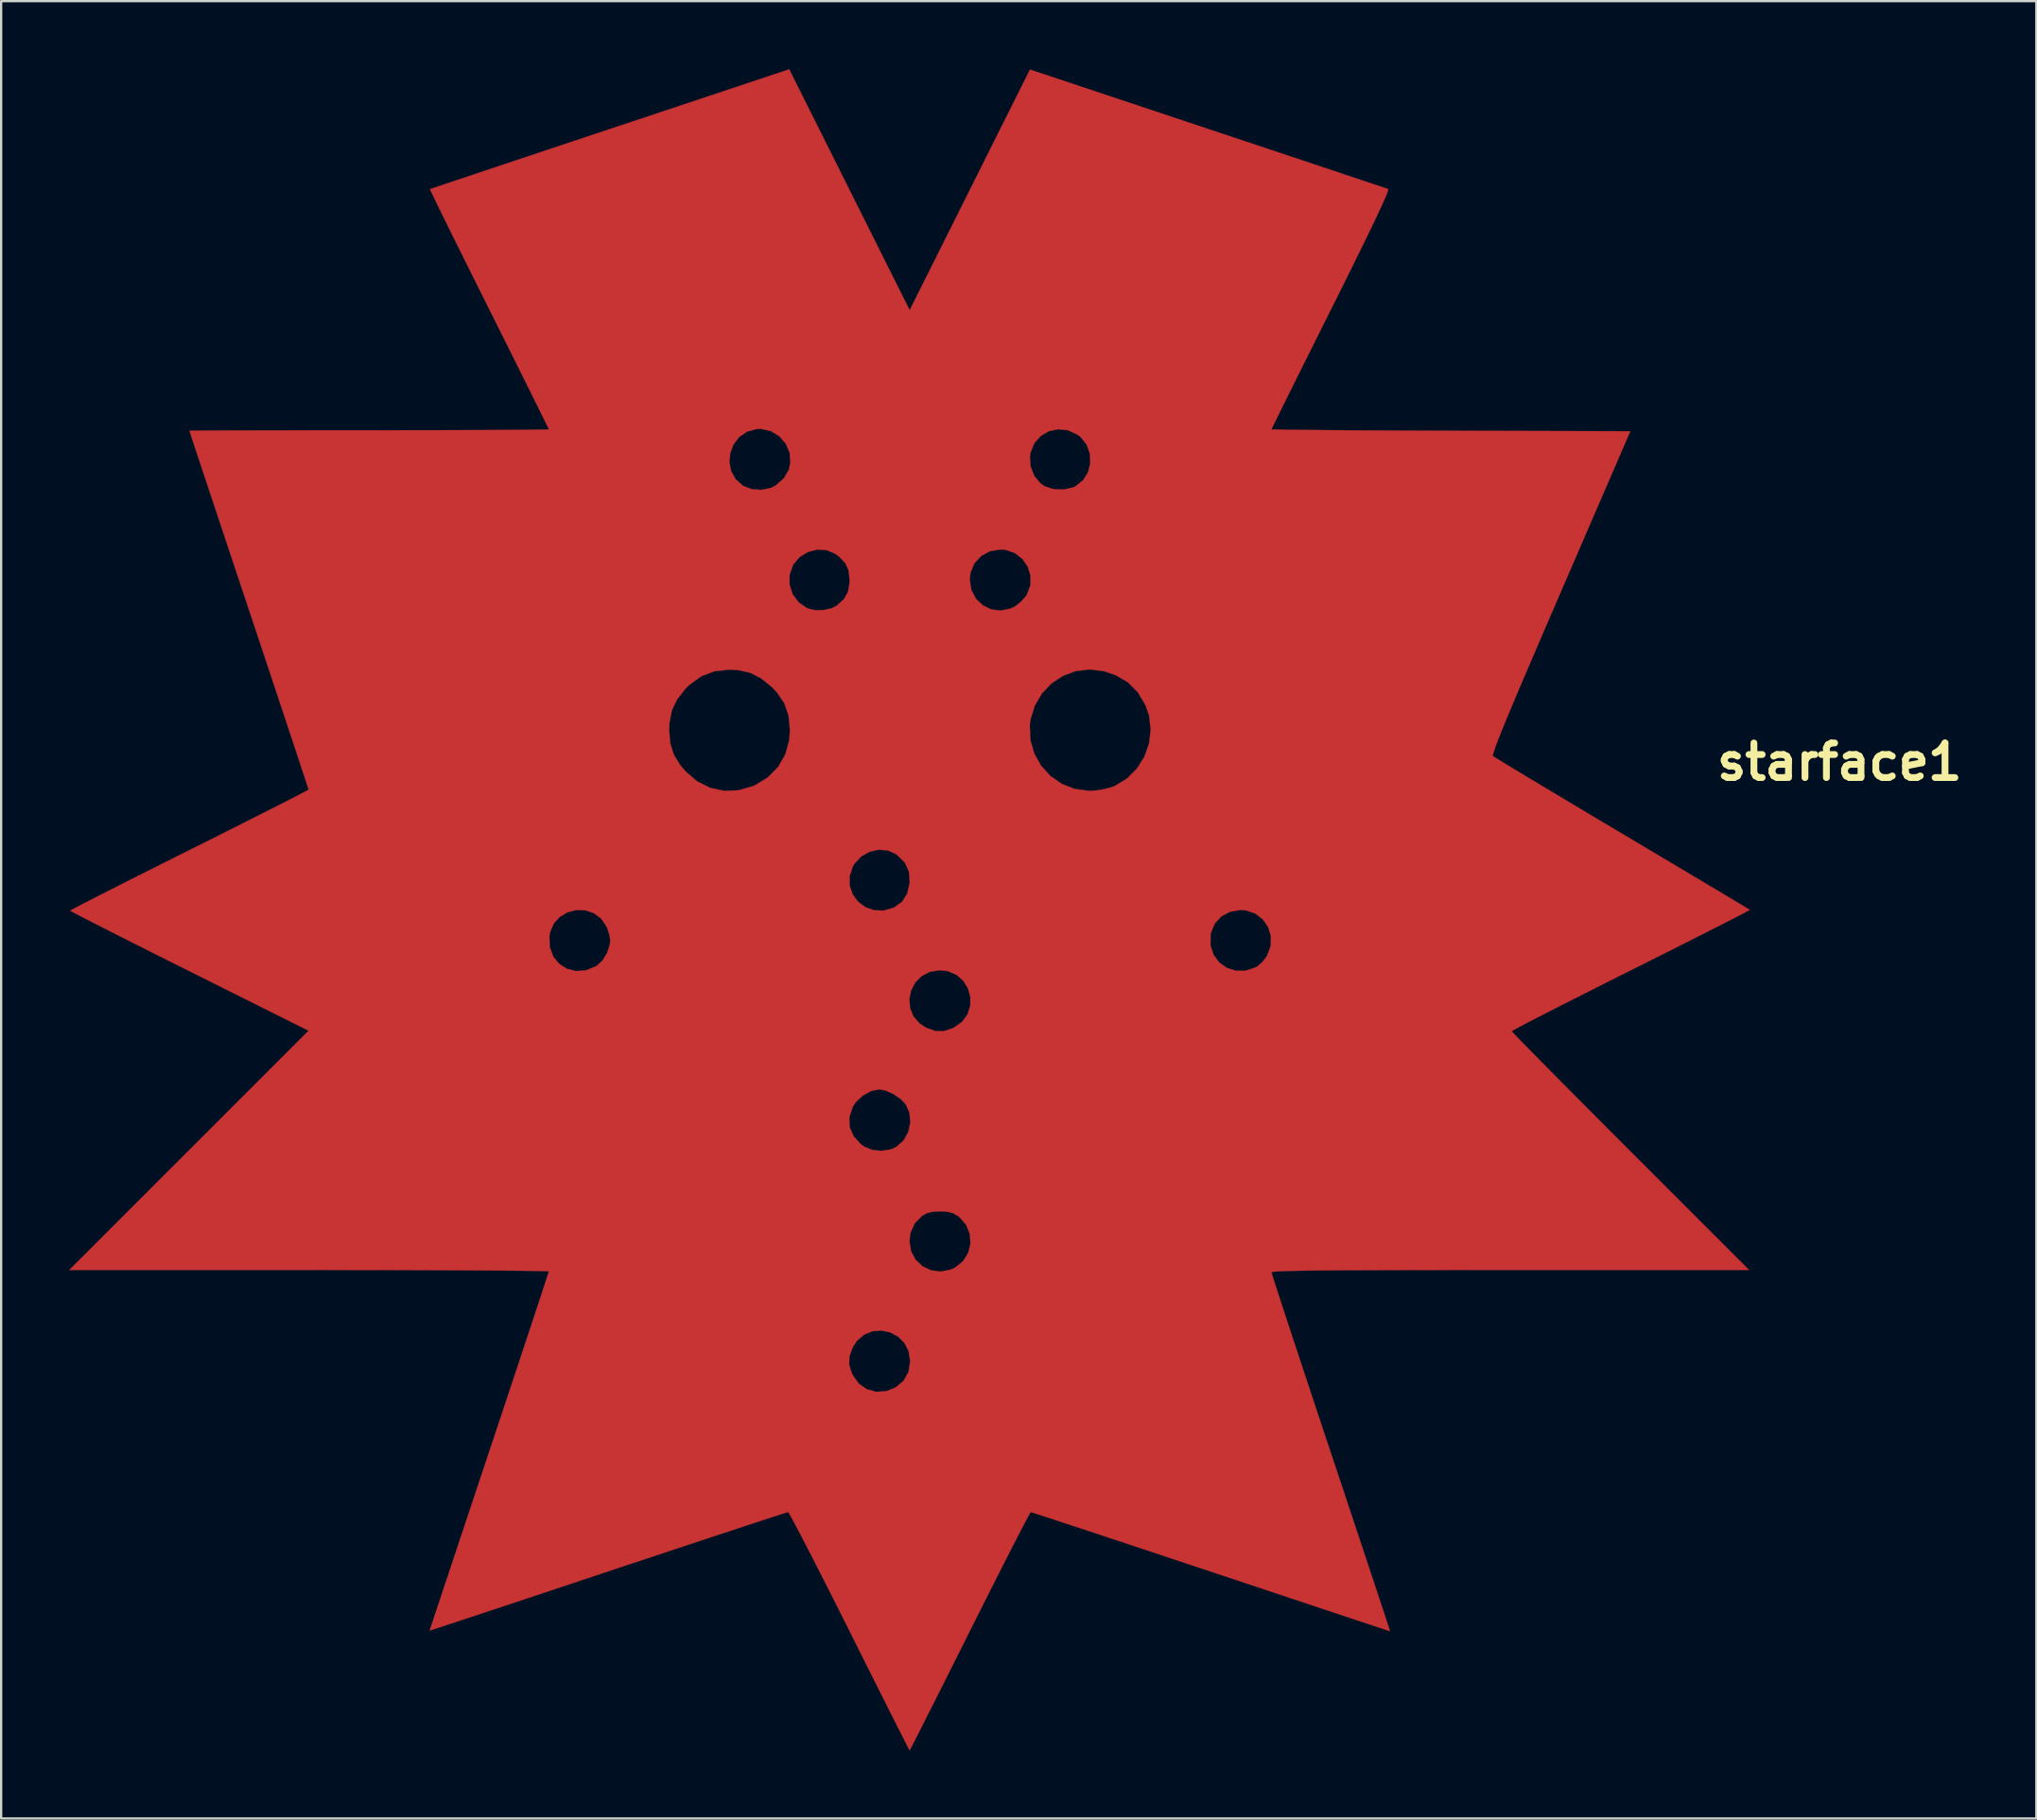
<source format=kicad_pcb>
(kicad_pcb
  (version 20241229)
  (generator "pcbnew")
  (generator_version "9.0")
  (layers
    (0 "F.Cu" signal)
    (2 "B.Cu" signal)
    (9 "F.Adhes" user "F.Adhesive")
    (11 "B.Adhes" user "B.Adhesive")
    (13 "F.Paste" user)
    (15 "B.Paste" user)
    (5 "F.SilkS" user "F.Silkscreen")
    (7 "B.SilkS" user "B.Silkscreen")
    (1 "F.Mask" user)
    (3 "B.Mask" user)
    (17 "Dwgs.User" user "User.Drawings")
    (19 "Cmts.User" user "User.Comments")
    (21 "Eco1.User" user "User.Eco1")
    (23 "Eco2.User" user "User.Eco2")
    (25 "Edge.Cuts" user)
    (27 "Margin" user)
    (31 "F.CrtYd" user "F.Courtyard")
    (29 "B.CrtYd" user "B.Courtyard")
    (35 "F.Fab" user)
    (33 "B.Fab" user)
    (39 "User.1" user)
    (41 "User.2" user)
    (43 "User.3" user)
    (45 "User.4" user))
  (footprint "starface1"
    (layer "F.Cu")
    (at 36.995 35.147)
    (property "Reference" "starface1" (at 40.996 -4.623 0) (layer "F.SilkS") (effects (font (size 1.524 1.524) (thickness 0.3))))
    (attr through_hole)
    (fp_poly (pts (xy 0.03 -24.528) (xy 5.33 -35.13) (xy 13.168 -32.517) (xy 14.278 -32.147) (xy 15.343 -31.792) (xy 16.352 -31.456) (xy 17.295 -31.141) (xy 18.159 -30.853) (xy 18.935 -30.594) (xy 19.61 -30.368) (xy 20.174 -30.179) (xy 20.616 -30.032) (xy 20.925 -29.928) (xy 21.089 -29.873) (xy 21.113 -29.864) (xy 21.101 -29.784) (xy 21.015 -29.563) (xy 20.854 -29.198) (xy 20.618 -28.69) (xy 20.305 -28.037) (xy 19.916 -27.238) (xy 19.449 -26.291) (xy 18.905 -25.196) (xy 18.594 -24.573) (xy 18.155 -23.695) (xy 17.74 -22.862) (xy 17.353 -22.086) (xy 17.001 -21.379) (xy 16.691 -20.754) (xy 16.428 -20.223) (xy 16.219 -19.799) (xy 16.069 -19.493) (xy 15.985 -19.317) (xy 15.968 -19.279) (xy 16.051 -19.273) (xy 16.291 -19.267) (xy 16.677 -19.26) (xy 17.198 -19.253) (xy 17.84 -19.247) (xy 18.594 -19.241) (xy 19.446 -19.235) (xy 20.386 -19.229) (xy 21.401 -19.224) (xy 22.479 -19.22) (xy 23.61 -19.216) (xy 23.872 -19.216) (xy 31.776 -19.194) (xy 28.7 -12.083) (xy 28.151 -10.811) (xy 27.667 -9.686) (xy 27.245 -8.701) (xy 26.881 -7.849) (xy 26.574 -7.121) (xy 26.319 -6.51) (xy 26.114 -6.009) (xy 25.956 -5.61) (xy 25.841 -5.305) (xy 25.766 -5.088) (xy 25.728 -4.95) (xy 25.724 -4.883) (xy 25.728 -4.877) (xy 25.816 -4.82) (xy 26.038 -4.683) (xy 26.383 -4.473) (xy 26.839 -4.197) (xy 27.395 -3.863) (xy 28.04 -3.476) (xy 28.762 -3.044) (xy 29.549 -2.573) (xy 30.391 -2.07) (xy 31.277 -1.543) (xy 31.42 -1.458) (xy 32.308 -0.929) (xy 33.154 -0.426) (xy 33.946 0.046) (xy 34.672 0.479) (xy 35.322 0.866) (xy 35.885 1.202) (xy 36.349 1.479) (xy 36.702 1.691) (xy 36.935 1.831) (xy 37.035 1.892) (xy 37.038 1.894) (xy 36.97 1.935) (xy 36.762 2.046) (xy 36.426 2.22) (xy 35.975 2.451) (xy 35.422 2.733) (xy 34.776 3.06) (xy 34.052 3.425) (xy 33.261 3.823) (xy 32.415 4.248) (xy 31.81 4.55) (xy 30.932 4.99) (xy 30.101 5.409) (xy 29.327 5.8) (xy 28.623 6.157) (xy 28.002 6.474) (xy 27.476 6.745) (xy 27.056 6.964) (xy 26.755 7.124) (xy 26.586 7.219) (xy 26.551 7.243) (xy 26.61 7.311) (xy 26.78 7.49) (xy 27.052 7.771) (xy 27.419 8.145) (xy 27.871 8.605) (xy 28.4 9.14) (xy 28.998 9.743) (xy 29.655 10.404) (xy 30.363 11.116) (xy 31.114 11.868) (xy 31.779 12.535) (xy 37.007 17.763) (xy 26.488 17.763) (xy 24.881 17.763) (xy 23.436 17.764) (xy 22.145 17.766) (xy 21.002 17.769) (xy 19.997 17.772) (xy 19.125 17.776) (xy 18.376 17.782) (xy 17.745 17.788) (xy 17.223 17.796) (xy 16.803 17.805) (xy 16.477 17.815) (xy 16.239 17.827) (xy 16.079 17.84) (xy 15.992 17.855) (xy 15.968 17.869) (xy 15.994 17.963) (xy 16.071 18.206) (xy 16.193 18.588) (xy 16.359 19.097) (xy 16.564 19.723) (xy 16.804 20.453) (xy 17.076 21.278) (xy 17.376 22.186) (xy 17.701 23.166) (xy 18.046 24.207) (xy 18.409 25.298) (xy 18.586 25.828) (xy 18.955 26.936) (xy 19.309 27.998) (xy 19.643 29.002) (xy 19.954 29.937) (xy 20.238 30.794) (xy 20.492 31.56) (xy 20.713 32.226) (xy 20.896 32.78) (xy 21.037 33.211) (xy 21.135 33.508) (xy 21.184 33.661) (xy 21.189 33.68) (xy 21.108 33.654) (xy 20.878 33.578) (xy 20.509 33.456) (xy 20.011 33.29) (xy 19.397 33.086) (xy 18.677 32.846) (xy 17.861 32.575) (xy 16.961 32.275) (xy 15.987 31.951) (xy 14.951 31.606) (xy 13.862 31.243) (xy 13.301 31.056) (xy 12.19 30.686) (xy 11.124 30.331) (xy 10.115 29.995) (xy 9.173 29.683) (xy 8.309 29.396) (xy 7.535 29.14) (xy 6.861 28.918) (xy 6.299 28.733) (xy 5.858 28.589) (xy 5.551 28.489) (xy 5.388 28.438) (xy 5.364 28.431) (xy 5.317 28.505) (xy 5.2 28.718) (xy 5.02 29.058) (xy 4.784 29.514) (xy 4.497 30.072) (xy 4.166 30.721) (xy 3.798 31.448) (xy 3.397 32.242) (xy 2.971 33.09) (xy 2.675 33.68) (xy 2.237 34.557) (xy 1.82 35.388) (xy 1.433 36.161) (xy 1.079 36.863) (xy 0.767 37.483) (xy 0.502 38.009) (xy 0.289 38.428) (xy 0.136 38.727) (xy 0.048 38.896) (xy 0.029 38.93) (xy -0.012 38.856) (xy -0.121 38.643) (xy -0.295 38.303) (xy -0.525 37.848) (xy -0.806 37.29) (xy -1.133 36.641) (xy -1.498 35.914) (xy -1.895 35.121) (xy -2.32 34.274) (xy -2.616 33.68) (xy -3.056 32.803) (xy -3.475 31.972) (xy -3.867 31.199) (xy -4.225 30.496) (xy -4.545 29.876) (xy -4.818 29.35) (xy -5.039 28.932) (xy -5.201 28.632) (xy -5.299 28.464) (xy -5.325 28.431) (xy -5.416 28.457) (xy -5.657 28.534) (xy -6.036 28.656) (xy -6.542 28.822) (xy -7.165 29.026) (xy -7.893 29.266) (xy -8.716 29.538) (xy -9.622 29.838) (xy -10.601 30.163) (xy -11.64 30.508) (xy -12.731 30.871) (xy -13.264 31.049) (xy -14.372 31.418) (xy -15.433 31.772) (xy -16.437 32.106) (xy -17.373 32.417) (xy -18.229 32.701) (xy -18.996 32.955) (xy -19.662 33.176) (xy -20.215 33.358) (xy -20.646 33.5) (xy -20.944 33.598) (xy -21.097 33.647) (xy -21.116 33.652) (xy -21.09 33.571) (xy -21.014 33.341) (xy -20.891 32.972) (xy -20.726 32.474) (xy -20.522 31.86) (xy -20.282 31.14) (xy -20.01 30.324) (xy -19.711 29.424) (xy -19.386 28.45) (xy -19.041 27.414) (xy -18.678 26.325) (xy -18.491 25.764) (xy -18.121 24.653) (xy -17.766 23.587) (xy -17.431 22.578) (xy -17.221 21.947) (xy -2.636 21.947) (xy -2.507 22.341) (xy -2.485 22.386) (xy -2.215 22.769) (xy -1.857 23.022) (xy -1.44 23.136) (xy -0.993 23.103) (xy -0.584 22.938) (xy -0.237 22.646) (xy -0.022 22.255) (xy 0.051 21.785) (xy -0.019 21.335) (xy -0.21 20.969) (xy -0.494 20.691) (xy -0.841 20.51) (xy -1.223 20.432) (xy -1.612 20.464) (xy -1.979 20.613) (xy -2.295 20.885) (xy -2.483 21.18) (xy -2.628 21.581) (xy -2.636 21.947) (xy -17.221 21.947) (xy -17.118 21.636) (xy -16.832 20.772) (xy -16.576 19.998) (xy -16.353 19.324) (xy -16.168 18.762) (xy -16.024 18.321) (xy -15.924 18.014) (xy -15.873 17.851) (xy -15.867 17.827) (xy -15.95 17.819) (xy -16.192 17.811) (xy -16.583 17.804) (xy -17.113 17.797) (xy -17.772 17.791) (xy -18.549 17.785) (xy -19.435 17.779) (xy -20.419 17.775) (xy -21.491 17.771) (xy -22.642 17.767) (xy -23.86 17.765) (xy -25.136 17.764) (xy -26.428 17.763) (xy -36.99 17.763) (xy -35.726 16.499) (xy 0.02 16.499) (xy 0.093 16.946) (xy 0.297 17.32) (xy 0.602 17.604) (xy 0.979 17.782) (xy 1.399 17.836) (xy 1.833 17.751) (xy 2.036 17.656) (xy 2.386 17.37) (xy 2.611 17.004) (xy 2.708 16.592) (xy 2.677 16.17) (xy 2.516 15.773) (xy 2.223 15.435) (xy 2.148 15.378) (xy 1.924 15.254) (xy 1.664 15.194) (xy 1.363 15.181) (xy 1.016 15.2) (xy 0.766 15.268) (xy 0.579 15.378) (xy 0.25 15.71) (xy 0.063 16.131) (xy 0.02 16.499) (xy -35.726 16.499) (xy -30.252 11.024) (xy -2.627 11.024) (xy -2.616 11.463) (xy -2.443 11.868) (xy -2.114 12.226) (xy -1.982 12.323) (xy -1.628 12.474) (xy -1.212 12.516) (xy -0.801 12.451) (xy -0.562 12.345) (xy -0.239 12.056) (xy -0.029 11.677) (xy 0.06 11.252) (xy 0.017 10.823) (xy -0.14 10.473) (xy -0.365 10.233) (xy -0.679 10.017) (xy -1.016 9.862) (xy -1.304 9.804) (xy -1.667 9.878) (xy -2.03 10.075) (xy -2.335 10.358) (xy -2.474 10.566) (xy -2.627 11.024) (xy -30.252 11.024) (xy -26.449 7.221) (xy -29.227 5.833) (xy 0.014 5.833) (xy 0.047 6.223) (xy 0.197 6.59) (xy 0.471 6.906) (xy 0.751 7.087) (xy 1.155 7.234) (xy 1.528 7.241) (xy 1.931 7.107) (xy 1.968 7.089) (xy 2.338 6.832) (xy 2.579 6.502) (xy 2.699 6.127) (xy 2.703 5.737) (xy 2.6 5.36) (xy 2.396 5.025) (xy 2.097 4.761) (xy 1.711 4.596) (xy 1.363 4.555) (xy 0.915 4.625) (xy 0.549 4.817) (xy 0.272 5.101) (xy 0.091 5.45) (xy 0.014 5.833) (xy -29.227 5.833) (xy -31.699 4.597) (xy -32.576 4.159) (xy -33.407 3.742) (xy -34.18 3.352) (xy -34.771 3.054) (xy -15.843 3.054) (xy -15.826 3.538) (xy -15.673 3.95) (xy -15.412 4.274) (xy -15.066 4.494) (xy -14.661 4.595) (xy -14.222 4.56) (xy -13.775 4.374) (xy -13.761 4.366) (xy -13.501 4.124) (xy -13.294 3.783) (xy -13.191 3.459) (xy 13.282 3.459) (xy 13.417 3.874) (xy 13.665 4.211) (xy 14 4.452) (xy 14.397 4.581) (xy 14.83 4.579) (xy 15.274 4.428) (xy 15.333 4.396) (xy 15.537 4.227) (xy 15.732 3.987) (xy 15.776 3.915) (xy 15.934 3.486) (xy 15.944 3.056) (xy 15.823 2.655) (xy 15.587 2.312) (xy 15.254 2.056) (xy 14.841 1.916) (xy 14.619 1.899) (xy 14.152 1.975) (xy 13.759 2.184) (xy 13.465 2.506) (xy 13.297 2.92) (xy 13.286 2.983) (xy 13.282 3.459) (xy -13.191 3.459) (xy -13.176 3.409) (xy -13.161 3.243) (xy -13.197 3.003) (xy -13.286 2.719) (xy -13.318 2.642) (xy -13.563 2.278) (xy -13.888 2.038) (xy -14.262 1.914) (xy -14.657 1.904) (xy -15.04 2.001) (xy -15.381 2.201) (xy -15.649 2.498) (xy -15.815 2.889) (xy -15.843 3.054) (xy -34.771 3.054) (xy -34.882 2.997) (xy -35.503 2.683) (xy -36.028 2.415) (xy -36.447 2.2) (xy -36.747 2.043) (xy -36.915 1.952) (xy -36.949 1.93) (xy -36.875 1.886) (xy -36.662 1.773) (xy -36.321 1.596) (xy -35.866 1.363) (xy -35.308 1.079) (xy -34.659 0.75) (xy -34.001 0.418) (xy -2.617 0.418) (xy -2.612 0.836) (xy -2.481 1.216) (xy -2.245 1.536) (xy -1.924 1.776) (xy -1.54 1.913) (xy -1.114 1.928) (xy -0.669 1.798) (xy -0.659 1.793) (xy -0.305 1.54) (xy -0.076 1.176) (xy 0.03 0.698) (xy 0.033 0.666) (xy -0.001 0.208) (xy -0.178 -0.178) (xy -0.512 -0.516) (xy -0.553 -0.548) (xy -0.921 -0.722) (xy -1.329 -0.758) (xy -1.737 -0.665) (xy -2.108 -0.455) (xy -2.402 -0.138) (xy -2.474 -0.017) (xy -2.617 0.418) (xy -34.001 0.418) (xy -33.932 0.383) (xy -33.138 -0.016) (xy -32.291 -0.441) (xy -31.699 -0.737) (xy -30.822 -1.175) (xy -29.991 -1.593) (xy -29.218 -1.982) (xy -28.516 -2.337) (xy -27.896 -2.651) (xy -27.37 -2.919) (xy -26.951 -3.134) (xy -26.652 -3.291) (xy -26.483 -3.382) (xy -26.45 -3.404) (xy -26.476 -3.488) (xy -26.552 -3.723) (xy -26.675 -4.096) (xy -26.84 -4.597) (xy -27.044 -5.215) (xy -27.284 -5.938) (xy -27.314 -6.028) (xy -10.567 -6.028) (xy -10.518 -5.442) (xy -10.36 -4.94) (xy -10.071 -4.472) (xy -9.846 -4.208) (xy -9.334 -3.768) (xy -8.758 -3.48) (xy -8.14 -3.347) (xy -7.499 -3.374) (xy -6.856 -3.564) (xy -6.788 -3.594) (xy -6.214 -3.943) (xy -5.763 -4.403) (xy -5.447 -4.956) (xy -5.275 -5.589) (xy -5.244 -6.028) (xy -5.264 -6.234) (xy 5.321 -6.234) (xy 5.347 -5.588) (xy 5.52 -4.988) (xy 5.821 -4.453) (xy 6.231 -4.003) (xy 6.731 -3.656) (xy 7.303 -3.431) (xy 7.928 -3.348) (xy 8.16 -3.356) (xy 8.518 -3.407) (xy 8.872 -3.493) (xy 9.059 -3.56) (xy 9.602 -3.887) (xy 10.042 -4.328) (xy 10.371 -4.854) (xy 10.576 -5.438) (xy 10.648 -6.053) (xy 10.577 -6.67) (xy 10.416 -7.129) (xy 10.077 -7.697) (xy 9.643 -8.133) (xy 9.099 -8.449) (xy 8.589 -8.621) (xy 7.958 -8.701) (xy 7.348 -8.627) (xy 6.781 -8.416) (xy 6.276 -8.082) (xy 5.856 -7.641) (xy 5.542 -7.108) (xy 5.355 -6.5) (xy 5.321 -6.234) (xy -5.264 -6.234) (xy -5.305 -6.666) (xy -5.494 -7.211) (xy -5.825 -7.697) (xy -6.057 -7.936) (xy -6.526 -8.314) (xy -6.995 -8.551) (xy -7.513 -8.668) (xy -7.908 -8.69) (xy -8.567 -8.62) (xy -9.151 -8.398) (xy -9.673 -8.021) (xy -9.854 -7.841) (xy -10.224 -7.367) (xy -10.45 -6.885) (xy -10.554 -6.342) (xy -10.567 -6.028) (xy -27.314 -6.028) (xy -27.556 -6.757) (xy -27.856 -7.66) (xy -28.181 -8.636) (xy -28.526 -9.674) (xy -28.889 -10.763) (xy -29.075 -11.32) (xy -29.445 -12.43) (xy -29.445 -12.431) (xy -5.262 -12.431) (xy -5.126 -12.012) (xy -4.86 -11.654) (xy -4.479 -11.392) (xy -4.162 -11.313) (xy -3.786 -11.313) (xy -3.426 -11.387) (xy -3.187 -11.504) (xy -2.866 -11.798) (xy -2.686 -12.118) (xy -2.619 -12.518) (xy -2.616 -12.632) (xy -2.618 -12.651) (xy 2.675 -12.651) (xy 2.749 -12.192) (xy 2.951 -11.81) (xy 3.253 -11.522) (xy 3.627 -11.343) (xy 4.045 -11.291) (xy 4.478 -11.383) (xy 4.663 -11.471) (xy 4.926 -11.673) (xy 5.155 -11.935) (xy 5.196 -11.999) (xy 5.349 -12.412) (xy 5.354 -12.832) (xy 5.23 -13.229) (xy 4.994 -13.57) (xy 4.664 -13.827) (xy 4.258 -13.968) (xy 4.039 -13.986) (xy 3.569 -13.909) (xy 3.176 -13.698) (xy 2.881 -13.375) (xy 2.71 -12.963) (xy 2.675 -12.651) (xy -2.618 -12.651) (xy -2.66 -13.057) (xy -2.808 -13.389) (xy -3.087 -13.677) (xy -3.25 -13.796) (xy -3.628 -13.958) (xy -4.042 -13.981) (xy -4.453 -13.875) (xy -4.817 -13.653) (xy -5.095 -13.325) (xy -5.104 -13.309) (xy -5.259 -12.875) (xy -5.262 -12.431) (xy -29.445 -12.431) (xy -29.799 -13.494) (xy -30.134 -14.501) (xy -30.447 -15.44) (xy -30.733 -16.3) (xy -30.989 -17.07) (xy -31.212 -17.74) (xy -31.244 -17.838) (xy -7.913 -17.838) (xy -7.837 -17.442) (xy -7.638 -17.082) (xy -7.31 -16.79) (xy -7.295 -16.78) (xy -6.927 -16.641) (xy -6.507 -16.611) (xy -6.103 -16.689) (xy -5.875 -16.802) (xy -5.508 -17.125) (xy -5.294 -17.498) (xy -5.226 -17.808) (xy -5.245 -18.069) (xy 5.323 -18.069) (xy 5.357 -17.636) (xy 5.519 -17.231) (xy 5.784 -16.904) (xy 5.978 -16.769) (xy 6.372 -16.641) (xy 6.815 -16.625) (xy 7.232 -16.721) (xy 7.333 -16.769) (xy 7.668 -17.034) (xy 7.887 -17.386) (xy 7.988 -17.789) (xy 7.969 -18.206) (xy 7.83 -18.6) (xy 7.568 -18.934) (xy 7.429 -19.042) (xy 7.004 -19.238) (xy 6.571 -19.284) (xy 6.16 -19.196) (xy 5.801 -18.987) (xy 5.522 -18.67) (xy 5.353 -18.259) (xy 5.323 -18.069) (xy -5.245 -18.069) (xy -5.258 -18.252) (xy -5.431 -18.651) (xy -5.716 -18.977) (xy -6.086 -19.202) (xy -6.514 -19.299) (xy -6.711 -19.293) (xy -7.139 -19.176) (xy -7.48 -18.94) (xy -7.727 -18.619) (xy -7.874 -18.241) (xy -7.913 -17.838) (xy -31.244 -17.838) (xy -31.397 -18.298) (xy -31.541 -18.733) (xy -31.641 -19.035) (xy -31.693 -19.193) (xy -31.699 -19.215) (xy -31.616 -19.218) (xy -31.376 -19.221) (xy -30.99 -19.224) (xy -30.47 -19.226) (xy -29.827 -19.229) (xy -29.073 -19.231) (xy -28.221 -19.233) (xy -27.281 -19.234) (xy -26.266 -19.235) (xy -25.186 -19.236) (xy -24.055 -19.236) (xy -23.783 -19.236) (xy -22.641 -19.237) (xy -21.549 -19.238) (xy -20.517 -19.24) (xy -19.558 -19.243) (xy -18.684 -19.246) (xy -17.907 -19.25) (xy -17.237 -19.255) (xy -16.686 -19.26) (xy -16.268 -19.266) (xy -15.992 -19.271) (xy -15.871 -19.277) (xy -15.867 -19.279) (xy -15.903 -19.36) (xy -16.01 -19.58) (xy -16.18 -19.927) (xy -16.408 -20.388) (xy -16.688 -20.952) (xy -17.012 -21.605) (xy -17.376 -22.336) (xy -17.773 -23.133) (xy -18.197 -23.982) (xy -18.496 -24.58) (xy -18.934 -25.458) (xy -19.349 -26.29) (xy -19.734 -27.065) (xy -20.084 -27.77) (xy -20.392 -28.393) (xy -20.652 -28.922) (xy -20.858 -29.345) (xy -21.004 -29.649) (xy -21.085 -29.823) (xy -21.099 -29.86) (xy -21.017 -29.889) (xy -20.785 -29.968) (xy -20.414 -30.093) (xy -19.915 -30.261) (xy -19.299 -30.467) (xy -18.577 -30.709) (xy -17.76 -30.982) (xy -16.858 -31.283) (xy -15.882 -31.609) (xy -14.844 -31.955) (xy -13.755 -32.318) (xy -13.176 -32.511) (xy -5.277 -35.142) (xy 0.03 -24.528)) (stroke (width 0.01) (type solid)) (fill yes) (layer "F.Cu")))
  (gr_rect
    (start -3 -3)
    (end 86.659 77.081)
    (stroke (width 0.1) (type default))
    (fill no)
    (layer "Edge.Cuts")))
</source>
